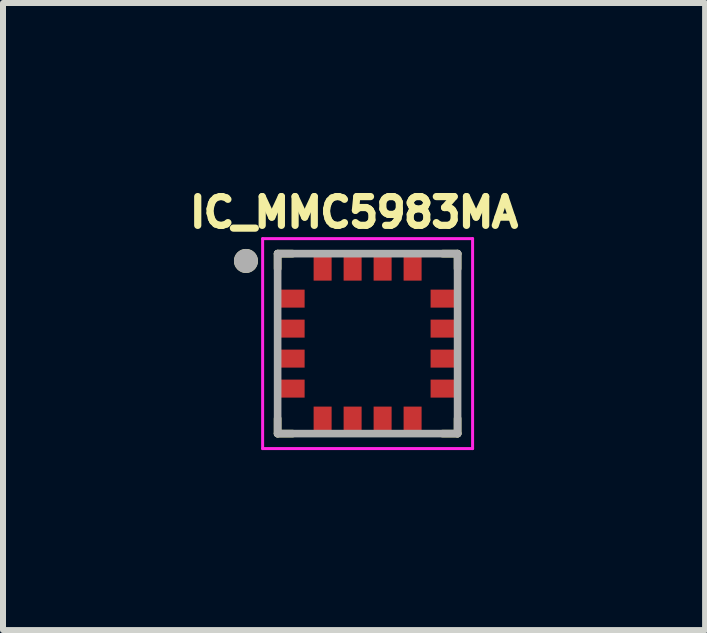
<source format=kicad_pcb>
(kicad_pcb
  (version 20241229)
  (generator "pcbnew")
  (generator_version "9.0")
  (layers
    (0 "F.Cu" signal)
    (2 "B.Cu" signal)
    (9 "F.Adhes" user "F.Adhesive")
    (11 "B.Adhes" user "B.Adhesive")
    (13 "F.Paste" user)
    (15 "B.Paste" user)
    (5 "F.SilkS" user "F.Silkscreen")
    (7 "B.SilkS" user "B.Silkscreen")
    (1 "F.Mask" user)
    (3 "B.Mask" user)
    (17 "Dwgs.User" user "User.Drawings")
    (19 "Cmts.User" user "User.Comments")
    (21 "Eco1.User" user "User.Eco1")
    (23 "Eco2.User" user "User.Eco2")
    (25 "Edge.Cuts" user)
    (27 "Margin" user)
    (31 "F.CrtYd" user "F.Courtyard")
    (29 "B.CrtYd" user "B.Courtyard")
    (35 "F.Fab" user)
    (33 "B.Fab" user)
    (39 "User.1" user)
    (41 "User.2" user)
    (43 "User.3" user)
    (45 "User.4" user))
  (footprint "IC_MMC5983MA"
    (layer "F.Cu")
    (at 3.078 2.678)
    (property "Reference" "IC_MMC5983MA" (at -0.226 -2.187 0) (layer "F.SilkS") (effects (font (size 0.48 0.48) (thickness 0.15))))
    (attr smd)
    (fp_line (start -1.5 -1.5) (end -1.25 -1.5) (stroke (width 0.127) (type solid)) (layer "F.SilkS"))
    (fp_line (start -1.5 -1.25) (end -1.5 -1.5) (stroke (width 0.127) (type solid)) (layer "F.SilkS"))
    (fp_line (start -1.5 1.5) (end -1.5 1.25) (stroke (width 0.127) (type solid)) (layer "F.SilkS"))
    (fp_line (start -1.25 1.5) (end -1.5 1.5) (stroke (width 0.127) (type solid)) (layer "F.SilkS"))
    (fp_line (start 1.25 -1.5) (end 1.5 -1.5) (stroke (width 0.127) (type solid)) (layer "F.SilkS"))
    (fp_line (start 1.5 -1.5) (end 1.5 -1.25) (stroke (width 0.127) (type solid)) (layer "F.SilkS"))
    (fp_line (start 1.5 1.25) (end 1.5 1.5) (stroke (width 0.127) (type solid)) (layer "F.SilkS"))
    (fp_line (start 1.5 1.5) (end 1.25 1.5) (stroke (width 0.127) (type solid)) (layer "F.SilkS"))
    (fp_circle (center -2.028 -1.378) (end -1.928 -1.378) (stroke (width 0.2) (type solid)) (fill no) (layer "F.SilkS"))
    (fp_line (start -1.75 -1.75) (end 1.75 -1.75) (stroke (width 0.05) (type solid)) (layer "F.CrtYd"))
    (fp_line (start -1.75 1.75) (end -1.75 -1.75) (stroke (width 0.05) (type solid)) (layer "F.CrtYd"))
    (fp_line (start 1.75 -1.75) (end 1.75 1.75) (stroke (width 0.05) (type solid)) (layer "F.CrtYd"))
    (fp_line (start 1.75 1.75) (end -1.75 1.75) (stroke (width 0.05) (type solid)) (layer "F.CrtYd"))
    (fp_line (start -1.5 -1.5) (end 1.5 -1.5) (stroke (width 0.127) (type solid)) (layer "F.Fab"))
    (fp_line (start -1.5 1.5) (end -1.5 -1.5) (stroke (width 0.127) (type solid)) (layer "F.Fab"))
    (fp_line (start 1.5 -1.5) (end 1.5 1.5) (stroke (width 0.127) (type solid)) (layer "F.Fab"))
    (fp_line (start 1.5 1.5) (end -1.5 1.5) (stroke (width 0.127) (type solid)) (layer "F.Fab"))
    (fp_circle (center -2.028 -1.378) (end -1.928 -1.378) (stroke (width 0.2) (type solid)) (fill no) (layer "F.Fab"))
    (pad "1" smd rect (at -1.275 -0.75) (size 0.45 0.3) (layers "F.Cu" "F.Mask" "F.Paste"))
    (pad "2" smd rect (at -1.275 -0.25) (size 0.45 0.3) (layers "F.Cu" "F.Mask" "F.Paste"))
    (pad "3" smd rect (at -1.275 0.25) (size 0.45 0.3) (layers "F.Cu" "F.Mask" "F.Paste"))
    (pad "4" smd rect (at -1.275 0.75) (size 0.45 0.3) (layers "F.Cu" "F.Mask" "F.Paste"))
    (pad "5" smd rect (at -0.75 1.275) (size 0.3 0.45) (layers "F.Cu" "F.Mask" "F.Paste"))
    (pad "6" smd rect (at -0.25 1.275) (size 0.3 0.45) (layers "F.Cu" "F.Mask" "F.Paste"))
    (pad "7" smd rect (at 0.25 1.275) (size 0.3 0.45) (layers "F.Cu" "F.Mask" "F.Paste"))
    (pad "8" smd rect (at 0.75 1.275) (size 0.3 0.45) (layers "F.Cu" "F.Mask" "F.Paste"))
    (pad "9" smd rect (at 1.275 0.75) (size 0.45 0.3) (layers "F.Cu" "F.Mask" "F.Paste"))
    (pad "10" smd rect (at 1.275 0.25) (size 0.45 0.3) (layers "F.Cu" "F.Mask" "F.Paste"))
    (pad "11" smd rect (at 1.275 -0.25) (size 0.45 0.3) (layers "F.Cu" "F.Mask" "F.Paste"))
    (pad "12" smd rect (at 1.275 -0.75) (size 0.45 0.3) (layers "F.Cu" "F.Mask" "F.Paste"))
    (pad "13" smd rect (at 0.75 -1.275) (size 0.3 0.45) (layers "F.Cu" "F.Mask" "F.Paste"))
    (pad "14" smd rect (at 0.25 -1.275) (size 0.3 0.45) (layers "F.Cu" "F.Mask" "F.Paste"))
    (pad "15" smd rect (at -0.25 -1.275) (size 0.3 0.45) (layers "F.Cu" "F.Mask" "F.Paste"))
    (pad "16" smd rect (at -0.75 -1.275) (size 0.3 0.45) (layers "F.Cu" "F.Mask" "F.Paste")))
  (gr_rect
    (start -3 -3)
    (end 8.704 7.453)
    (stroke (width 0.1) (type default))
    (fill no)
    (layer "Edge.Cuts")))
</source>
